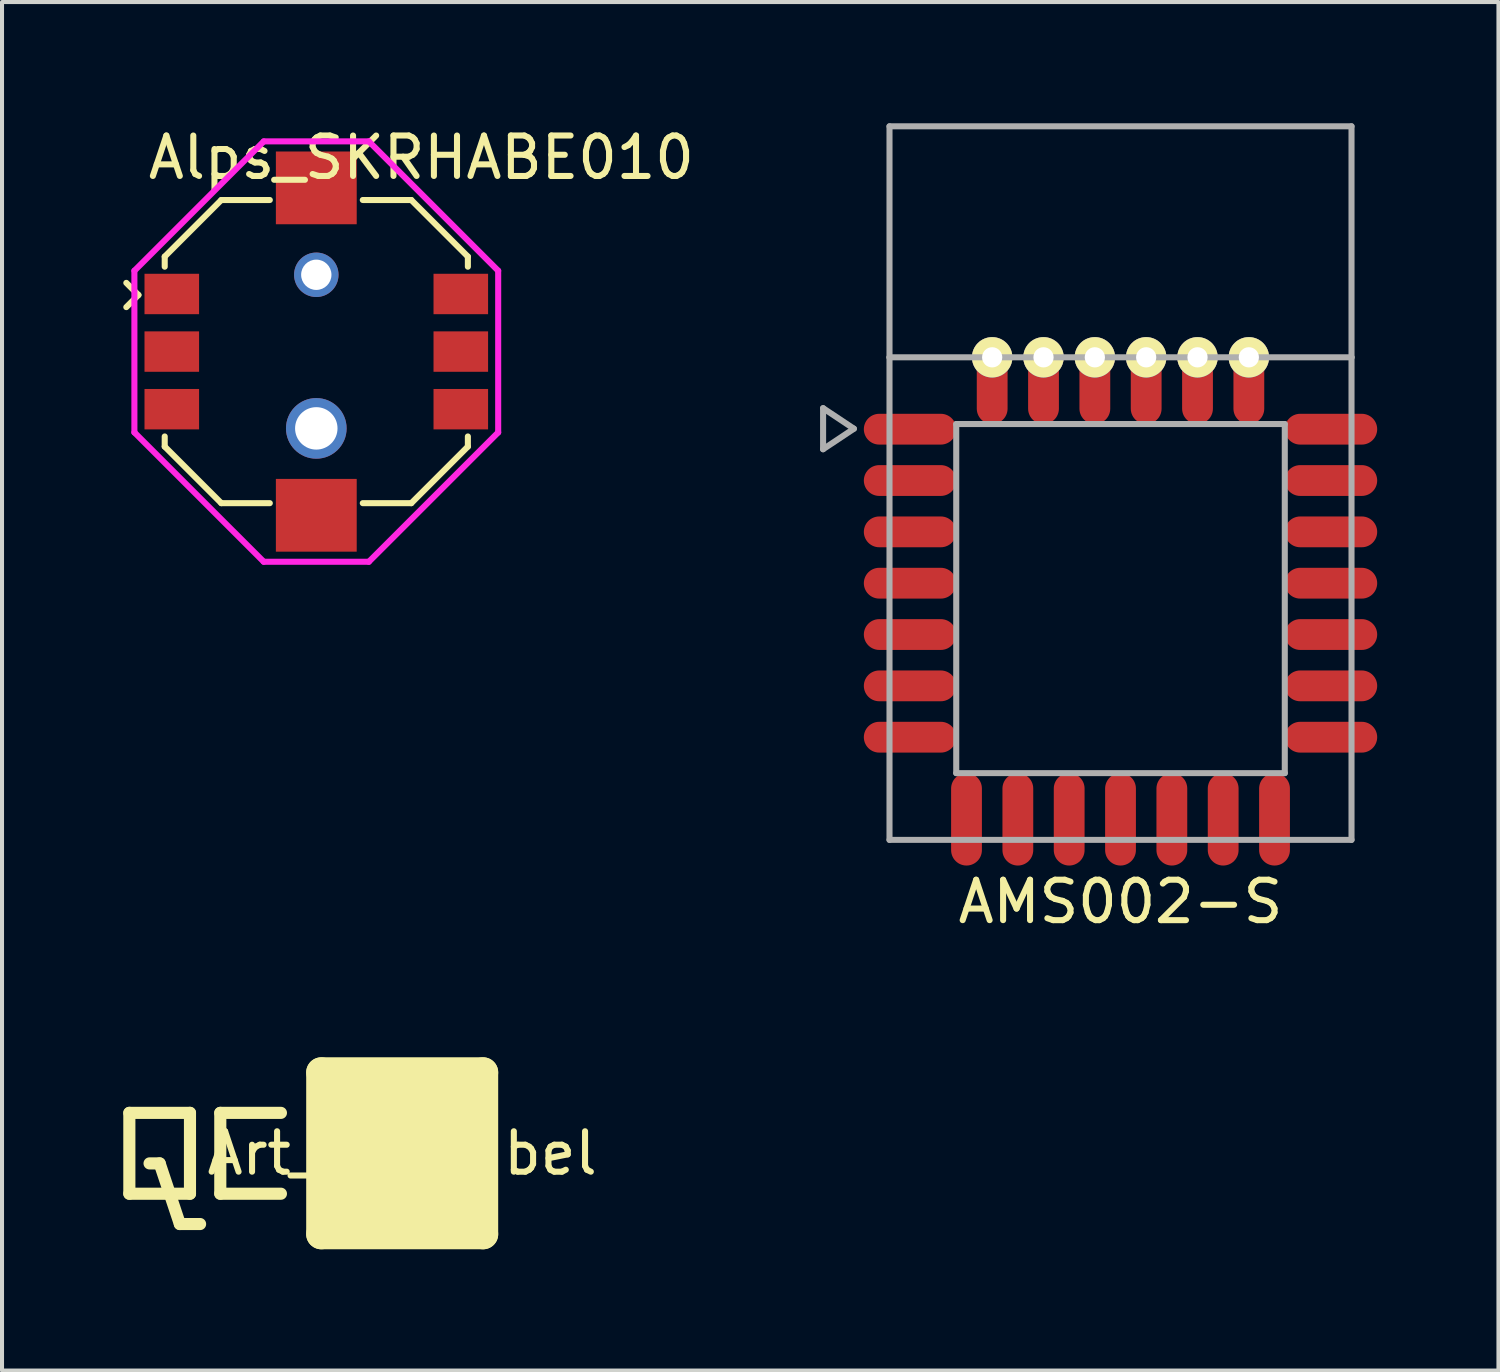
<source format=kicad_pcb>
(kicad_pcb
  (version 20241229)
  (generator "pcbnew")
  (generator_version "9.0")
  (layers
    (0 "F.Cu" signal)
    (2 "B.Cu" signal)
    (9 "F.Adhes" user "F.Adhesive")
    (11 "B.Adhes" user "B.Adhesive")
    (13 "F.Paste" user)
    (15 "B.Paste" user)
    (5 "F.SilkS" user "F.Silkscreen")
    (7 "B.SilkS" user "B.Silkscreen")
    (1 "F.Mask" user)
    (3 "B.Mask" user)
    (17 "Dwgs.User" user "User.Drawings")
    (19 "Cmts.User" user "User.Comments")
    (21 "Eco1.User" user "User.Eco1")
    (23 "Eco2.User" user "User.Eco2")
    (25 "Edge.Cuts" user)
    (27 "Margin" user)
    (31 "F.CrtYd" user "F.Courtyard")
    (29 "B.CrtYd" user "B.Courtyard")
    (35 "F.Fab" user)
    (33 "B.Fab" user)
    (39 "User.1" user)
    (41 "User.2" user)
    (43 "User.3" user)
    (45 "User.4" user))
  (footprint "Alps_SKRHABE010"
    (layer "F.Cu")
    (at 4.775 5.648)
    (property "Reference" "Alps_SKRHABE010" (at 2.6 -4.8 0) (layer "F.SilkS") (effects (font (size 1 1) (thickness 0.15))))
    (attr through_hole)
    (fp_line (start -4.7 -1.1) (end -4.4 -1.4) (stroke (width 0.15) (type solid)) (layer "F.SilkS"))
    (fp_line (start -4.4 -1.4) (end -4.7 -1.7) (stroke (width 0.15) (type solid)) (layer "F.SilkS"))
    (fp_line (start -3.75 -2.35) (end -3.75 -2.1) (stroke (width 0.15) (type solid)) (layer "F.SilkS"))
    (fp_line (start -3.75 -2.35) (end -2.35 -3.75) (stroke (width 0.15) (type solid)) (layer "F.SilkS"))
    (fp_line (start -3.75 2.35) (end -3.75 2.1) (stroke (width 0.15) (type solid)) (layer "F.SilkS"))
    (fp_line (start -2.35 -3.75) (end -1.15 -3.75) (stroke (width 0.15) (type solid)) (layer "F.SilkS"))
    (fp_line (start -2.35 3.75) (end -3.75 2.35) (stroke (width 0.15) (type solid)) (layer "F.SilkS"))
    (fp_line (start -1.15 3.75) (end -2.35 3.75) (stroke (width 0.15) (type solid)) (layer "F.SilkS"))
    (fp_line (start 1.15 -3.75) (end 2.35 -3.75) (stroke (width 0.15) (type solid)) (layer "F.SilkS"))
    (fp_line (start 2.35 -3.75) (end 3.75 -2.35) (stroke (width 0.15) (type solid)) (layer "F.SilkS"))
    (fp_line (start 2.35 3.75) (end 1.15 3.75) (stroke (width 0.15) (type solid)) (layer "F.SilkS"))
    (fp_line (start 3.75 -2.35) (end 3.75 -2.1) (stroke (width 0.15) (type solid)) (layer "F.SilkS"))
    (fp_line (start 3.75 2.35) (end 2.35 3.75) (stroke (width 0.15) (type solid)) (layer "F.SilkS"))
    (fp_line (start 3.75 2.35) (end 3.75 2.1) (stroke (width 0.15) (type solid)) (layer "F.SilkS"))
    (fp_line (start -4.5 -2) (end -1.3 -5.2) (stroke (width 0.15) (type solid)) (layer "F.CrtYd"))
    (fp_line (start -4.5 2) (end -4.5 -2) (stroke (width 0.15) (type solid)) (layer "F.CrtYd"))
    (fp_line (start -1.3 -5.2) (end 1.3 -5.2) (stroke (width 0.15) (type solid)) (layer "F.CrtYd"))
    (fp_line (start -1.3 5.2) (end -4.5 2) (stroke (width 0.15) (type solid)) (layer "F.CrtYd"))
    (fp_line (start 1.3 -5.2) (end 4.5 -2) (stroke (width 0.15) (type solid)) (layer "F.CrtYd"))
    (fp_line (start 1.3 5.2) (end -1.3 5.2) (stroke (width 0.15) (type solid)) (layer "F.CrtYd"))
    (fp_line (start 4.5 -2) (end 4.5 2) (stroke (width 0.15) (type solid)) (layer "F.CrtYd"))
    (fp_line (start 4.5 2) (end 1.3 5.2) (stroke (width 0.15) (type solid)) (layer "F.CrtYd"))
    (pad "" smd rect (at 0 -4.05) (size 2 1.8) (layers "F.Cu" "F.Mask" "F.Paste"))
    (pad "" np_thru_hole circle (at 0 -1.9) (size 1.1 1.1) (drill 0.75) (layers "*.Cu" "*.Mask"))
    (pad "" np_thru_hole circle (at 0 1.9) (size 1.5 1.5) (drill 1.05) (layers "*.Cu" "*.Mask"))
    (pad "" smd rect (at 0 4.05) (size 2 1.8) (layers "F.Cu" "F.Mask" "F.Paste"))
    (pad "1" smd rect (at -3.575 -1.425) (size 1.35 1) (layers "F.Cu" "F.Mask" "F.Paste"))
    (pad "2" smd rect (at -3.575 0) (size 1.35 1) (layers "F.Cu" "F.Mask" "F.Paste"))
    (pad "3" smd rect (at -3.575 1.425) (size 1.35 1) (layers "F.Cu" "F.Mask" "F.Paste"))
    (pad "4" smd rect (at 3.575 -1.425) (size 1.35 1) (layers "F.Cu" "F.Mask" "F.Paste"))
    (pad "5" smd rect (at 3.575 0) (size 1.35 1) (layers "F.Cu" "F.Mask" "F.Paste"))
    (pad "6" smd rect (at 3.575 1.425) (size 1.35 1) (layers "F.Cu" "F.Mask" "F.Paste")))
  (footprint "AMS002-S"
    (layer "F.Cu")
    (at 24.671 11.759)
    (property "Reference" "AMS002-S" (at 0 7.5 0) (layer "F.SilkS") (effects (font (size 1 1) (thickness 0.15))))
    (attr through_hole)
    (fp_line (start -7.358 -4.711) (end -7.358 -3.695) (stroke (width 0.15) (type solid)) (layer "F.Fab"))
    (fp_line (start -7.358 -3.695) (end -6.596 -4.203) (stroke (width 0.15) (type solid)) (layer "F.Fab"))
    (fp_line (start -6.596 -4.203) (end -7.358 -4.711) (stroke (width 0.15) (type solid)) (layer "F.Fab"))
    (fp_line (start -5.715 -11.684) (end 5.715 -11.684) (stroke (width 0.15) (type solid)) (layer "F.Fab"))
    (fp_line (start -5.715 -5.969) (end -5.715 -11.684) (stroke (width 0.15) (type solid)) (layer "F.Fab"))
    (fp_line (start -5.715 -5.969) (end 5.715 -5.969) (stroke (width 0.15) (type solid)) (layer "F.Fab"))
    (fp_line (start -5.715 5.969) (end -5.715 -5.969) (stroke (width 0.15) (type solid)) (layer "F.Fab"))
    (fp_line (start -4.064 -4.318) (end -4.064 4.318) (stroke (width 0.15) (type solid)) (layer "F.Fab"))
    (fp_line (start -4.064 4.318) (end 4.064 4.318) (stroke (width 0.15) (type solid)) (layer "F.Fab"))
    (fp_line (start 4.064 -4.318) (end -4.064 -4.318) (stroke (width 0.15) (type solid)) (layer "F.Fab"))
    (fp_line (start 4.064 4.318) (end 4.064 -4.318) (stroke (width 0.15) (type solid)) (layer "F.Fab"))
    (fp_line (start 5.715 -11.684) (end 5.715 -5.969) (stroke (width 0.15) (type solid)) (layer "F.Fab"))
    (fp_line (start 5.715 -5.969) (end 5.715 5.969) (stroke (width 0.15) (type solid)) (layer "F.Fab"))
    (fp_line (start 5.715 5.969) (end -5.715 5.969) (stroke (width 0.15) (type solid)) (layer "F.Fab"))
    (pad "1" smd oval (at -5.207 -4.191) (size 2.286 0.762) (layers "F.Cu" "F.Mask" "F.Paste"))
    (pad "2" smd oval (at -5.207 -2.921) (size 2.286 0.762) (layers "F.Cu" "F.Mask" "F.Paste"))
    (pad "3" smd oval (at -5.207 -1.651) (size 2.286 0.762) (layers "F.Cu" "F.Mask" "F.Paste"))
    (pad "4" smd oval (at -5.207 -0.381) (size 2.286 0.762) (layers "F.Cu" "F.Mask" "F.Paste"))
    (pad "5" smd oval (at -5.207 0.889) (size 2.286 0.762) (layers "F.Cu" "F.Mask" "F.Paste"))
    (pad "6" smd oval (at -5.207 2.159) (size 2.286 0.762) (layers "F.Cu" "F.Mask" "F.Paste"))
    (pad "7" smd oval (at -5.207 3.429) (size 2.286 0.762) (layers "F.Cu" "F.Mask" "F.Paste"))
    (pad "8" smd oval (at -3.81 5.461) (size 0.762 2.286) (layers "F.Cu" "F.Mask" "F.Paste"))
    (pad "9" smd oval (at -2.54 5.461) (size 0.762 2.286) (layers "F.Cu" "F.Mask" "F.Paste"))
    (pad "10" smd oval (at -1.27 5.461) (size 0.762 2.286) (layers "F.Cu" "F.Mask" "F.Paste"))
    (pad "11" smd oval (at 0 5.461) (size 0.762 2.286) (layers "F.Cu" "F.Mask" "F.Paste"))
    (pad "12" smd oval (at 1.27 5.461) (size 0.762 2.286) (layers "F.Cu" "F.Mask" "F.Paste"))
    (pad "13" smd oval (at 2.54 5.461) (size 0.762 2.286) (layers "F.Cu" "F.Mask" "F.Paste"))
    (pad "14" smd oval (at 3.81 5.461) (size 0.762 2.286) (layers "F.Cu" "F.Mask" "F.Paste"))
    (pad "15" smd oval (at 5.207 3.429) (size 2.286 0.762) (layers "F.Cu" "F.Mask" "F.Paste"))
    (pad "16" smd oval (at 5.207 2.159) (size 2.286 0.762) (layers "F.Cu" "F.Mask" "F.Paste"))
    (pad "17" smd oval (at 5.207 0.889) (size 2.286 0.762) (layers "F.Cu" "F.Mask" "F.Paste"))
    (pad "18" smd oval (at 5.207 -0.381) (size 2.286 0.762) (layers "F.Cu" "F.Mask" "F.Paste"))
    (pad "19" smd oval (at 5.207 -1.651) (size 2.286 0.762) (layers "F.Cu" "F.Mask" "F.Paste"))
    (pad "20" smd oval (at 5.207 -2.921) (size 2.286 0.762) (layers "F.Cu" "F.Mask" "F.Paste"))
    (pad "21" smd oval (at 5.207 -4.191) (size 2.286 0.762) (layers "F.Cu" "F.Mask" "F.Paste"))
    (pad "22" thru_hole circle (at 3.175 -5.969) (size 1 1) (drill 0.5) (layers "*.Cu" "*.Mask" "F.SilkS"))
    (pad "22" smd oval (at 3.175 -5.334) (size 0.762 2.032) (layers "F.Cu" "F.Mask" "F.Paste"))
    (pad "23" thru_hole circle (at 1.905 -5.969) (size 1 1) (drill 0.5) (layers "*.Cu" "*.Mask" "F.SilkS"))
    (pad "23" smd oval (at 1.905 -5.334) (size 0.762 2.032) (layers "F.Cu" "F.Mask" "F.Paste"))
    (pad "24" thru_hole circle (at 0.635 -5.969) (size 1 1) (drill 0.5) (layers "*.Cu" "*.Mask" "F.SilkS"))
    (pad "24" smd oval (at 0.635 -5.334) (size 0.762 2.032) (layers "F.Cu" "F.Mask" "F.Paste"))
    (pad "25" thru_hole circle (at -0.635 -5.969) (size 1 1) (drill 0.5) (layers "*.Cu" "*.Mask" "F.SilkS"))
    (pad "25" smd oval (at -0.635 -5.334) (size 0.762 2.032) (layers "F.Cu" "F.Mask" "F.Paste"))
    (pad "26" thru_hole circle (at -1.905 -5.969) (size 1 1) (drill 0.5) (layers "*.Cu" "*.Mask" "F.SilkS"))
    (pad "26" smd oval (at -1.905 -5.334) (size 0.762 2.032) (layers "F.Cu" "F.Mask" "F.Paste"))
    (pad "27" thru_hole circle (at -3.175 -5.969) (size 1 1) (drill 0.5) (layers "*.Cu" "*.Mask" "F.SilkS"))
    (pad "27" smd oval (at -3.175 -5.334) (size 0.762 2.032) (layers "F.Cu" "F.Mask" "F.Paste")))
  (footprint "Art_QC_Label"
    (layer "F.Cu")
    (at 6.9 25.482)
    (property "Reference" "Art_QC_Label" (at 0 0 0) (layer "F.SilkS") (effects (font (size 1 1) (thickness 0.15))))
    (attr through_hole)
    (fp_line (start -6.75 -1) (end -6.75 1) (stroke (width 0.3) (type solid)) (layer "F.SilkS"))
    (fp_line (start -6.75 1) (end -5.25 1) (stroke (width 0.3) (type solid)) (layer "F.SilkS"))
    (fp_line (start -6.25 0.25) (end -6 0.25) (stroke (width 0.3) (type solid)) (layer "F.SilkS"))
    (fp_line (start -6 0.25) (end -5.5 1.75) (stroke (width 0.3) (type solid)) (layer "F.SilkS"))
    (fp_line (start -5.5 1.75) (end -5 1.75) (stroke (width 0.3) (type solid)) (layer "F.SilkS"))
    (fp_line (start -5.25 -1) (end -6.75 -1) (stroke (width 0.3) (type solid)) (layer "F.SilkS"))
    (fp_line (start -5.25 1) (end -5.25 -1) (stroke (width 0.3) (type solid)) (layer "F.SilkS"))
    (fp_line (start -4.5 -1) (end -3 -1) (stroke (width 0.3) (type solid)) (layer "F.SilkS"))
    (fp_line (start -4.5 1) (end -4.5 -1) (stroke (width 0.3) (type solid)) (layer "F.SilkS"))
    (fp_line (start -3 1) (end -4.5 1) (stroke (width 0.3) (type solid)) (layer "F.SilkS"))
    (fp_line (start -2 -2) (end 2 -2) (stroke (width 0.75) (type solid)) (layer "F.SilkS"))
    (fp_line (start -2 2) (end -2 -2) (stroke (width 0.75) (type solid)) (layer "F.SilkS"))
    (fp_line (start -1.5 -1.5) (end 1.5 -1.5) (stroke (width 0.75) (type solid)) (layer "F.SilkS"))
    (fp_line (start -1.5 -1) (end 1 -1) (stroke (width 0.75) (type solid)) (layer "F.SilkS"))
    (fp_line (start -1.5 1.5) (end -1.5 -1) (stroke (width 0.75) (type solid)) (layer "F.SilkS"))
    (fp_line (start -1 -0.5) (end 0.5 -0.5) (stroke (width 0.75) (type solid)) (layer "F.SilkS"))
    (fp_line (start -1 1) (end -1 -0.5) (stroke (width 0.75) (type solid)) (layer "F.SilkS"))
    (fp_line (start -0.5 0) (end 0 0) (stroke (width 0.75) (type solid)) (layer "F.SilkS"))
    (fp_line (start -0.5 0.5) (end -0.5 0) (stroke (width 0.75) (type solid)) (layer "F.SilkS"))
    (fp_line (start 0.5 -0.5) (end 0.5 0.5) (stroke (width 0.75) (type solid)) (layer "F.SilkS"))
    (fp_line (start 0.5 0.5) (end -0.5 0.5) (stroke (width 0.75) (type solid)) (layer "F.SilkS"))
    (fp_line (start 1 -1) (end 1 1) (stroke (width 0.75) (type solid)) (layer "F.SilkS"))
    (fp_line (start 1 1) (end -1 1) (stroke (width 0.75) (type solid)) (layer "F.SilkS"))
    (fp_line (start 1.5 -1.5) (end 1.5 1.5) (stroke (width 0.75) (type solid)) (layer "F.SilkS"))
    (fp_line (start 1.5 1.5) (end -1.5 1.5) (stroke (width 0.75) (type solid)) (layer "F.SilkS"))
    (fp_line (start 2 -2) (end 2 2) (stroke (width 0.75) (type solid)) (layer "F.SilkS"))
    (fp_line (start 2 2) (end -2 2) (stroke (width 0.75) (type solid)) (layer "F.SilkS")))
  (gr_rect
    (start -3 -3)
    (end 34.021 30.857)
    (stroke (width 0.1) (type default))
    (fill no)
    (layer "Edge.Cuts")))
</source>
